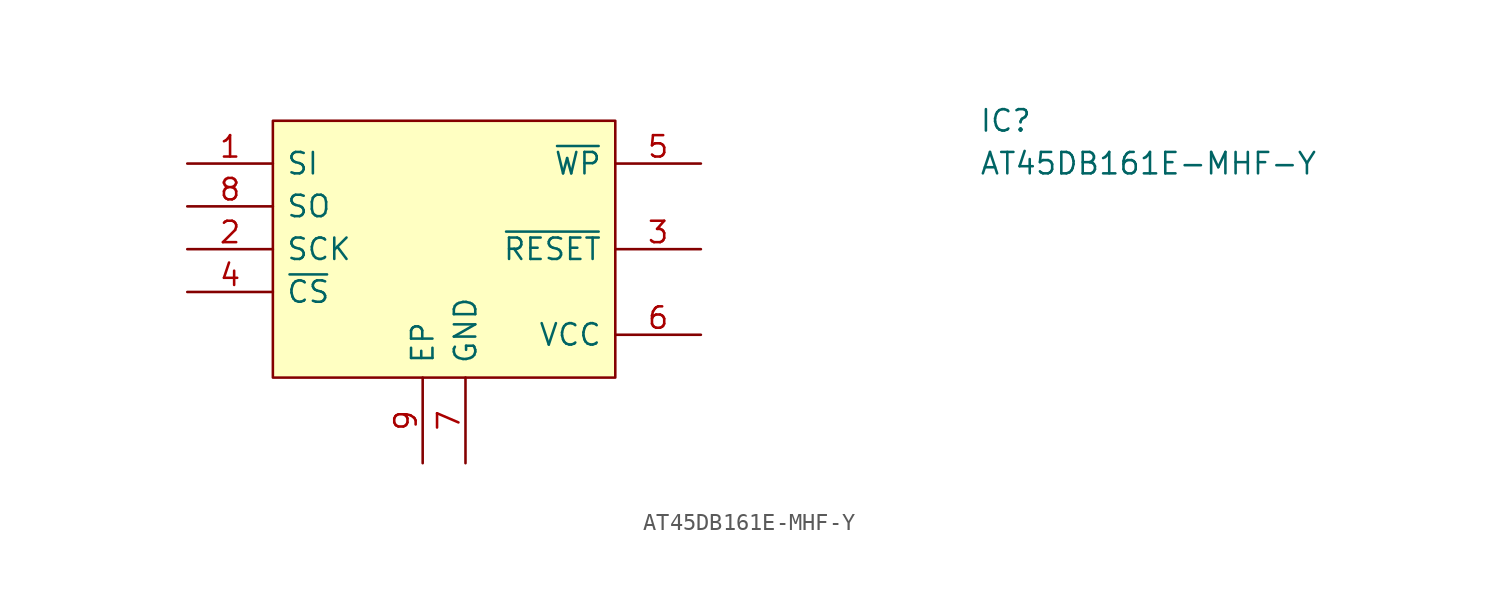
<source format=kicad_sym>
(kicad_symbol_lib
  (version 20220914)
  (generator kicad_symbol_editor)
  (symbol "AT45DB161E-MHF-Y"
    (pin_names
      (offset 0.762))
    (property "Reference" "IC"
      (at 31.75 7.62 0)
      (effects (font (size 1.27 1.27)) (justify left)))
    (property "Value" "AT45DB161E-MHF-Y"
      (at 31.75 5.08 0)
      (effects (font (size 1.27 1.27)) (justify left)))
    (symbol "AT45DB161E-MHF-Y_0_0"
      (pin passive line (at -15.24 5.08 0) (length 5.08) (name "SI" (effects (font (size 1.27 1.27)))) (number "1" (effects (font (size 1.27 1.27)))))
      (pin passive line (at -15.24 0 0) (length 5.08) (name "SCK" (effects (font (size 1.27 1.27)))) (number "2" (effects (font (size 1.27 1.27)))))
      (pin passive line (at 15.24 0 180) (length 5.08) (name "~{RESET}" (effects (font (size 1.27 1.27)))) (number "3" (effects (font (size 1.27 1.27)))))
      (pin passive line (at -15.24 -2.54 0) (length 5.08) (name "~{CS}" (effects (font (size 1.27 1.27)))) (number "4" (effects (font (size 1.27 1.27)))))
      (pin passive line (at 15.24 5.08 180) (length 5.08) (name "~{WP}" (effects (font (size 1.27 1.27)))) (number "5" (effects (font (size 1.27 1.27)))))
      (pin passive line (at 15.24 -5.08 180) (length 5.08) (name "VCC" (effects (font (size 1.27 1.27)))) (number "6" (effects (font (size 1.27 1.27)))))
      (pin passive line (at -15.24 2.54 0) (length 5.08) (name "SO" (effects (font (size 1.27 1.27)))) (number "8" (effects (font (size 1.27 1.27))))))
    (symbol "AT45DB161E-MHF-Y_1_0"
      (pin passive line (at 1.27 -12.7 90) (length 5.08) (name "GND" (effects (font (size 1.27 1.27)))) (number "7" (effects (font (size 1.27 1.27)))))
      (pin passive line (at -1.27 -12.7 90) (length 5.08) (name "EP" (effects (font (size 1.27 1.27)))) (number "9" (effects (font (size 1.27 1.27))))))
    (symbol "AT45DB161E-MHF-Y_1_1"
      (polyline (pts (xy -10.16 7.62) (xy 10.16 7.62) (xy 10.16 -7.62) (xy -10.16 -7.62) (xy -10.16 7.62)) (stroke (width 0.152) (type solid)) (fill (type background))))))
</source>
